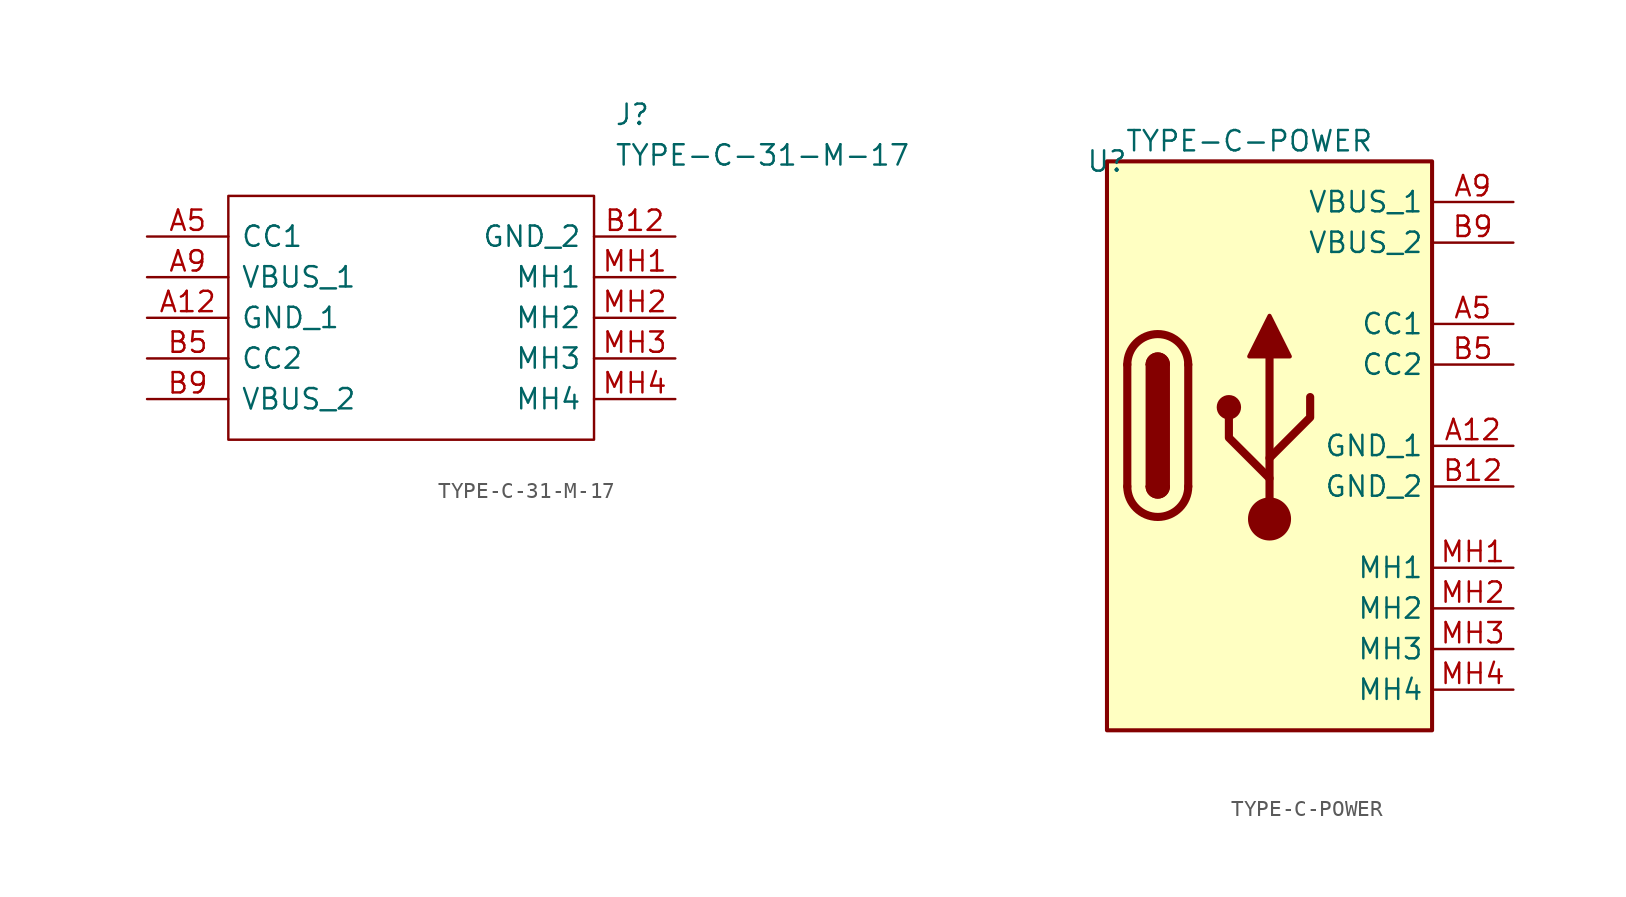
<source format=kicad_sym>
(kicad_symbol_lib
  (version 20211014)
  (generator kicad_symbol_editor)
  (symbol "TYPE-C-31-M-17"
    (pin_names
      (offset 0.762))
    (property "Reference" "J"
      (at 29.21 7.62 0)
      (effects (font (size 1.27 1.27)) (justify left)))
    (property "Value" "TYPE-C-31-M-17"
      (at 29.21 5.08 0)
      (effects (font (size 1.27 1.27)) (justify left)))
    (symbol "TYPE-C-31-M-17_0_0"
      (pin passive line (at 0 -5.08 0) (length 5.08) (name "GND_1" (effects (font (size 1.27 1.27)))) (number "A12" (effects (font (size 1.27 1.27)))))
      (pin passive line (at 0 0 0) (length 5.08) (name "CC1" (effects (font (size 1.27 1.27)))) (number "A5" (effects (font (size 1.27 1.27)))))
      (pin passive line (at 0 -2.54 0) (length 5.08) (name "VBUS_1" (effects (font (size 1.27 1.27)))) (number "A9" (effects (font (size 1.27 1.27)))))
      (pin passive line (at 33.02 0 180) (length 5.08) (name "GND_2" (effects (font (size 1.27 1.27)))) (number "B12" (effects (font (size 1.27 1.27)))))
      (pin passive line (at 0 -7.62 0) (length 5.08) (name "CC2" (effects (font (size 1.27 1.27)))) (number "B5" (effects (font (size 1.27 1.27)))))
      (pin passive line (at 0 -10.16 0) (length 5.08) (name "VBUS_2" (effects (font (size 1.27 1.27)))) (number "B9" (effects (font (size 1.27 1.27)))))
      (pin passive line (at 33.02 -2.54 180) (length 5.08) (name "MH1" (effects (font (size 1.27 1.27)))) (number "MH1" (effects (font (size 1.27 1.27)))))
      (pin passive line (at 33.02 -5.08 180) (length 5.08) (name "MH2" (effects (font (size 1.27 1.27)))) (number "MH2" (effects (font (size 1.27 1.27)))))
      (pin passive line (at 33.02 -7.62 180) (length 5.08) (name "MH3" (effects (font (size 1.27 1.27)))) (number "MH3" (effects (font (size 1.27 1.27)))))
      (pin passive line (at 33.02 -10.16 180) (length 5.08) (name "MH4" (effects (font (size 1.27 1.27)))) (number "MH4" (effects (font (size 1.27 1.27))))))
    (symbol "TYPE-C-31-M-17_0_1"
      (polyline (pts (xy 5.08 2.54) (xy 27.94 2.54) (xy 27.94 -12.7) (xy 5.08 -12.7) (xy 5.08 2.54)) (stroke (width 0.152) (type default) (color 0 0 0 0)) (fill (type none)))))
  (symbol "TYPE-C-POWER"
    (property "Reference" "U"
      (at 0 0 0)
      (effects (font (size 1.27 1.27))))
    (property "Value" "TYPE-C-POWER"
      (at 8.89 1.27 0)
      (effects (font (size 1.27 1.27))))
    (symbol "TYPE-C-POWER_0_0"
      (pin passive line (at 25.4 -17.78 180) (length 5.08) (name "GND_1" (effects (font (size 1.27 1.27)))) (number "A12" (effects (font (size 1.27 1.27)))))
      (pin passive line (at 25.4 -10.16 180) (length 5.08) (name "CC1" (effects (font (size 1.27 1.27)))) (number "A5" (effects (font (size 1.27 1.27)))))
      (pin passive line (at 25.4 -2.54 180) (length 5.08) (name "VBUS_1" (effects (font (size 1.27 1.27)))) (number "A9" (effects (font (size 1.27 1.27)))))
      (pin passive line (at 25.4 -20.32 180) (length 5.08) (name "GND_2" (effects (font (size 1.27 1.27)))) (number "B12" (effects (font (size 1.27 1.27)))))
      (pin passive line (at 25.4 -12.7 180) (length 5.08) (name "CC2" (effects (font (size 1.27 1.27)))) (number "B5" (effects (font (size 1.27 1.27)))))
      (pin passive line (at 25.4 -5.08 180) (length 5.08) (name "VBUS_2" (effects (font (size 1.27 1.27)))) (number "B9" (effects (font (size 1.27 1.27)))))
      (pin passive line (at 25.4 -25.4 180) (length 5.08) (name "MH1" (effects (font (size 1.27 1.27)))) (number "MH1" (effects (font (size 1.27 1.27)))))
      (pin passive line (at 25.4 -27.94 180) (length 5.08) (name "MH2" (effects (font (size 1.27 1.27)))) (number "MH2" (effects (font (size 1.27 1.27)))))
      (pin passive line (at 25.4 -30.48 180) (length 5.08) (name "MH3" (effects (font (size 1.27 1.27)))) (number "MH3" (effects (font (size 1.27 1.27)))))
      (pin passive line (at 25.4 -33.02 180) (length 5.08) (name "MH4" (effects (font (size 1.27 1.27)))) (number "MH4" (effects (font (size 1.27 1.27))))))
    (symbol "TYPE-C-POWER_0_1"
      (polyline (pts (xy 1.27 -20.32) (xy 1.27 -12.7)) (stroke (width 0.508) (type default) (color 0 0 0 0)) (fill (type none)))
      (polyline (pts (xy 5.08 -12.7) (xy 5.08 -20.32)) (stroke (width 0.508) (type default) (color 0 0 0 0)) (fill (type none)))
      (rectangle (start 0 0) (end 20.32 -35.56) (stroke (width 0.254) (type default) (color 0 0 0 0)) (fill (type background)))
      (arc (start 1.27 -20.32) (mid 3.175 -22.225) (end 5.08 -20.32) (stroke (width 0.508) (type default) (color 0 0 0 0)) (fill (type none)))
      (arc (start 2.54 -20.32) (mid 3.175 -20.955) (end 3.81 -20.32) (stroke (width 0.254) (type default) (color 0 0 0 0)) (fill (type none)))
      (arc (start 2.54 -20.32) (mid 3.175 -20.955) (end 3.81 -20.32) (stroke (width 0.254) (type default) (color 0 0 0 0)) (fill (type outline)))
      (rectangle (start 2.54 -20.32) (end 3.81 -12.7) (stroke (width 0.254) (type default) (color 0 0 0 0)) (fill (type outline)))
      (arc (start 3.81 -12.7) (mid 3.175 -12.065) (end 2.54 -12.7) (stroke (width 0.254) (type default) (color 0 0 0 0)) (fill (type none)))
      (arc (start 3.81 -12.7) (mid 3.175 -12.065) (end 2.54 -12.7) (stroke (width 0.254) (type default) (color 0 0 0 0)) (fill (type outline)))
      (arc (start 5.08 -12.7) (mid 3.175 -10.795) (end 1.27 -12.7) (stroke (width 0.508) (type default) (color 0 0 0 0)) (fill (type none))))
    (symbol "TYPE-C-POWER_1_1"
      (polyline (pts (xy 10.16 -22.352) (xy 10.16 -12.192)) (stroke (width 0.508) (type default) (color 0 0 0 0)) (fill (type none)))
      (polyline (pts (xy 10.16 -19.812) (xy 7.62 -17.272) (xy 7.62 -16.002)) (stroke (width 0.508) (type default) (color 0 0 0 0)) (fill (type none)))
      (polyline (pts (xy 10.16 -18.542) (xy 12.7 -16.002) (xy 12.7 -14.732)) (stroke (width 0.508) (type default) (color 0 0 0 0)) (fill (type none)))
      (polyline (pts (xy 8.89 -12.192) (xy 10.16 -9.652) (xy 11.43 -12.192) (xy 8.89 -12.192)) (stroke (width 0.254) (type default) (color 0 0 0 0)) (fill (type outline)))
      (circle (center 7.62 -15.367) (radius 0.635) (stroke (width 0.254) (type default) (color 0 0 0 0)) (fill (type outline)))
      (circle (center 10.16 -22.352) (radius 1.27) (stroke (width 0) (type default) (color 0 0 0 0)) (fill (type outline))))))
</source>
